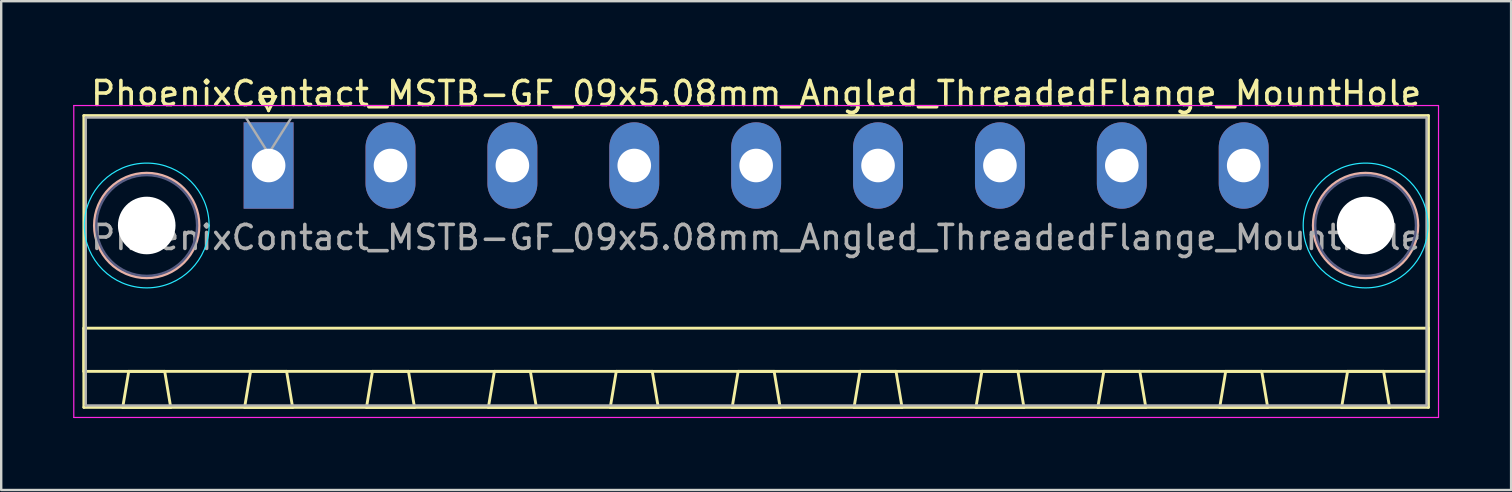
<source format=kicad_pcb>
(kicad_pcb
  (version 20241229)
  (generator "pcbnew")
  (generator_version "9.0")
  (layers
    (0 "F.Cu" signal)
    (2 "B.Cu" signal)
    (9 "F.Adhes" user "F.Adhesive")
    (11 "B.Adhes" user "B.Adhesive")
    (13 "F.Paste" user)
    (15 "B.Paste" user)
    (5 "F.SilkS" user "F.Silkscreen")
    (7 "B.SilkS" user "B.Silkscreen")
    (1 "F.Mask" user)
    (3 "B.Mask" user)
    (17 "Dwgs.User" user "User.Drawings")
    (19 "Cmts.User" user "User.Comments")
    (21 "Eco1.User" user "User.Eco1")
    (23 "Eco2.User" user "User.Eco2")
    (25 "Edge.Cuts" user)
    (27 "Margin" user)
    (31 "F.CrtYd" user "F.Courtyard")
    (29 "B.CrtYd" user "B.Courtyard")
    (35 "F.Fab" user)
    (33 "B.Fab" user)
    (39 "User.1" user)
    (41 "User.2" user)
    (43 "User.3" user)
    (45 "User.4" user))
  (footprint "PhoenixContact_MSTB-GF_09x5.08mm_Angled_ThreadedFlange_MountHole"
    (layer "F.Cu")
    (at 8.145 3.848)
    (property "Reference" "PhoenixContact_MSTB-GF_09x5.08mm_Angled_ThreadedFlange_MountHole" (at 20.32 -3 0) (layer "F.SilkS") (effects (font (size 1 1) (thickness 0.15))))
    (attr through_hole)
    (fp_line (start -7.7 -2.08) (end -7.7 10.08) (stroke (width 0.12) (type solid)) (layer "F.SilkS"))
    (fp_line (start -7.7 6.78) (end 48.34 6.78) (stroke (width 0.12) (type solid)) (layer "F.SilkS"))
    (fp_line (start -7.7 8.58) (end -7.7 6.78) (stroke (width 0.12) (type solid)) (layer "F.SilkS"))
    (fp_line (start -7.7 10.08) (end 48.34 10.08) (stroke (width 0.12) (type solid)) (layer "F.SilkS"))
    (fp_line (start -6.08 10.08) (end -4.08 10.08) (stroke (width 0.12) (type solid)) (layer "F.SilkS"))
    (fp_line (start -5.83 8.58) (end -6.08 10.08) (stroke (width 0.12) (type solid)) (layer "F.SilkS"))
    (fp_line (start -4.33 8.58) (end -5.83 8.58) (stroke (width 0.12) (type solid)) (layer "F.SilkS"))
    (fp_line (start -4.08 10.08) (end -4.33 8.58) (stroke (width 0.12) (type solid)) (layer "F.SilkS"))
    (fp_line (start -1 10.08) (end 1 10.08) (stroke (width 0.12) (type solid)) (layer "F.SilkS"))
    (fp_line (start -0.75 8.58) (end -1 10.08) (stroke (width 0.12) (type solid)) (layer "F.SilkS"))
    (fp_line (start -0.3 -2.88) (end 0.3 -2.88) (stroke (width 0.12) (type solid)) (layer "F.SilkS"))
    (fp_line (start 0 -2.28) (end -0.3 -2.88) (stroke (width 0.12) (type solid)) (layer "F.SilkS"))
    (fp_line (start 0.3 -2.88) (end 0 -2.28) (stroke (width 0.12) (type solid)) (layer "F.SilkS"))
    (fp_line (start 0.75 8.58) (end -0.75 8.58) (stroke (width 0.12) (type solid)) (layer "F.SilkS"))
    (fp_line (start 1 10.08) (end 0.75 8.58) (stroke (width 0.12) (type solid)) (layer "F.SilkS"))
    (fp_line (start 4.08 10.08) (end 6.08 10.08) (stroke (width 0.12) (type solid)) (layer "F.SilkS"))
    (fp_line (start 4.33 8.58) (end 4.08 10.08) (stroke (width 0.12) (type solid)) (layer "F.SilkS"))
    (fp_line (start 5.83 8.58) (end 4.33 8.58) (stroke (width 0.12) (type solid)) (layer "F.SilkS"))
    (fp_line (start 6.08 10.08) (end 5.83 8.58) (stroke (width 0.12) (type solid)) (layer "F.SilkS"))
    (fp_line (start 9.16 10.08) (end 11.16 10.08) (stroke (width 0.12) (type solid)) (layer "F.SilkS"))
    (fp_line (start 9.41 8.58) (end 9.16 10.08) (stroke (width 0.12) (type solid)) (layer "F.SilkS"))
    (fp_line (start 10.91 8.58) (end 9.41 8.58) (stroke (width 0.12) (type solid)) (layer "F.SilkS"))
    (fp_line (start 11.16 10.08) (end 10.91 8.58) (stroke (width 0.12) (type solid)) (layer "F.SilkS"))
    (fp_line (start 14.24 10.08) (end 16.24 10.08) (stroke (width 0.12) (type solid)) (layer "F.SilkS"))
    (fp_line (start 14.49 8.58) (end 14.24 10.08) (stroke (width 0.12) (type solid)) (layer "F.SilkS"))
    (fp_line (start 15.99 8.58) (end 14.49 8.58) (stroke (width 0.12) (type solid)) (layer "F.SilkS"))
    (fp_line (start 16.24 10.08) (end 15.99 8.58) (stroke (width 0.12) (type solid)) (layer "F.SilkS"))
    (fp_line (start 19.32 10.08) (end 21.32 10.08) (stroke (width 0.12) (type solid)) (layer "F.SilkS"))
    (fp_line (start 19.57 8.58) (end 19.32 10.08) (stroke (width 0.12) (type solid)) (layer "F.SilkS"))
    (fp_line (start 21.07 8.58) (end 19.57 8.58) (stroke (width 0.12) (type solid)) (layer "F.SilkS"))
    (fp_line (start 21.32 10.08) (end 21.07 8.58) (stroke (width 0.12) (type solid)) (layer "F.SilkS"))
    (fp_line (start 24.4 10.08) (end 26.4 10.08) (stroke (width 0.12) (type solid)) (layer "F.SilkS"))
    (fp_line (start 24.65 8.58) (end 24.4 10.08) (stroke (width 0.12) (type solid)) (layer "F.SilkS"))
    (fp_line (start 26.15 8.58) (end 24.65 8.58) (stroke (width 0.12) (type solid)) (layer "F.SilkS"))
    (fp_line (start 26.4 10.08) (end 26.15 8.58) (stroke (width 0.12) (type solid)) (layer "F.SilkS"))
    (fp_line (start 29.48 10.08) (end 31.48 10.08) (stroke (width 0.12) (type solid)) (layer "F.SilkS"))
    (fp_line (start 29.73 8.58) (end 29.48 10.08) (stroke (width 0.12) (type solid)) (layer "F.SilkS"))
    (fp_line (start 31.23 8.58) (end 29.73 8.58) (stroke (width 0.12) (type solid)) (layer "F.SilkS"))
    (fp_line (start 31.48 10.08) (end 31.23 8.58) (stroke (width 0.12) (type solid)) (layer "F.SilkS"))
    (fp_line (start 34.56 10.08) (end 36.56 10.08) (stroke (width 0.12) (type solid)) (layer "F.SilkS"))
    (fp_line (start 34.81 8.58) (end 34.56 10.08) (stroke (width 0.12) (type solid)) (layer "F.SilkS"))
    (fp_line (start 36.31 8.58) (end 34.81 8.58) (stroke (width 0.12) (type solid)) (layer "F.SilkS"))
    (fp_line (start 36.56 10.08) (end 36.31 8.58) (stroke (width 0.12) (type solid)) (layer "F.SilkS"))
    (fp_line (start 39.64 10.08) (end 41.64 10.08) (stroke (width 0.12) (type solid)) (layer "F.SilkS"))
    (fp_line (start 39.89 8.58) (end 39.64 10.08) (stroke (width 0.12) (type solid)) (layer "F.SilkS"))
    (fp_line (start 41.39 8.58) (end 39.89 8.58) (stroke (width 0.12) (type solid)) (layer "F.SilkS"))
    (fp_line (start 41.64 10.08) (end 41.39 8.58) (stroke (width 0.12) (type solid)) (layer "F.SilkS"))
    (fp_line (start 44.72 10.08) (end 46.72 10.08) (stroke (width 0.12) (type solid)) (layer "F.SilkS"))
    (fp_line (start 44.97 8.58) (end 44.72 10.08) (stroke (width 0.12) (type solid)) (layer "F.SilkS"))
    (fp_line (start 46.47 8.58) (end 44.97 8.58) (stroke (width 0.12) (type solid)) (layer "F.SilkS"))
    (fp_line (start 46.72 10.08) (end 46.47 8.58) (stroke (width 0.12) (type solid)) (layer "F.SilkS"))
    (fp_line (start 48.34 -2.08) (end -7.7 -2.08) (stroke (width 0.12) (type solid)) (layer "F.SilkS"))
    (fp_line (start 48.34 6.78) (end 48.34 8.58) (stroke (width 0.12) (type solid)) (layer "F.SilkS"))
    (fp_line (start 48.34 8.58) (end -7.7 8.58) (stroke (width 0.12) (type solid)) (layer "F.SilkS"))
    (fp_line (start 48.34 10.08) (end 48.34 -2.08) (stroke (width 0.12) (type solid)) (layer "F.SilkS"))
    (fp_circle (center -5.08 2.5) (end -2.9 2.5) (stroke (width 0.12) (type solid)) (fill no) (layer "B.SilkS"))
    (fp_circle (center 45.72 2.5) (end 47.9 2.5) (stroke (width 0.12) (type solid)) (fill no) (layer "B.SilkS"))
    (fp_circle (center -5.08 2.5) (end -2.48 2.5) (stroke (width 0.05) (type solid)) (fill no) (layer "B.CrtYd"))
    (fp_circle (center 45.72 2.5) (end 48.32 2.5) (stroke (width 0.05) (type solid)) (fill no) (layer "B.CrtYd"))
    (fp_line (start -8.12 -2.5) (end -8.12 10.5) (stroke (width 0.05) (type solid)) (layer "F.CrtYd"))
    (fp_line (start -8.12 10.5) (end 48.76 10.5) (stroke (width 0.05) (type solid)) (layer "F.CrtYd"))
    (fp_line (start 48.76 -2.5) (end -8.12 -2.5) (stroke (width 0.05) (type solid)) (layer "F.CrtYd"))
    (fp_line (start 48.76 10.5) (end 48.76 -2.5) (stroke (width 0.05) (type solid)) (layer "F.CrtYd"))
    (fp_circle (center -5.08 2.5) (end -2.98 2.5) (stroke (width 0.1) (type solid)) (fill no) (layer "B.Fab"))
    (fp_circle (center 45.72 2.5) (end 47.82 2.5) (stroke (width 0.1) (type solid)) (fill no) (layer "B.Fab"))
    (fp_line (start -7.62 -2) (end -7.62 10) (stroke (width 0.1) (type solid)) (layer "F.Fab"))
    (fp_line (start -7.62 10) (end 48.26 10) (stroke (width 0.1) (type solid)) (layer "F.Fab"))
    (fp_line (start 0 -0.5) (end -0.95 -2) (stroke (width 0.1) (type solid)) (layer "F.Fab"))
    (fp_line (start 0.95 -2) (end 0 -0.5) (stroke (width 0.1) (type solid)) (layer "F.Fab"))
    (fp_line (start 48.26 -2) (end -7.62 -2) (stroke (width 0.1) (type solid)) (layer "F.Fab"))
    (fp_line (start 48.26 10) (end 48.26 -2) (stroke (width 0.1) (type solid)) (layer "F.Fab"))
    (fp_text user "${REFERENCE}" (at 20.32 3 0) (layer "F.Fab") (effects (font (size 1 1) (thickness 0.15))))
    (pad "" np_thru_hole circle (at -5.08 2.5) (size 2.4 2.4) (drill 2.4) (layers "*.Cu" "*.Mask"))
    (pad "" np_thru_hole circle (at 45.72 2.5) (size 2.4 2.4) (drill 2.4) (layers "*.Cu" "*.Mask"))
    (pad "1" thru_hole rect (at 0 0) (size 2.08 3.6) (drill 1.4) (layers "*.Cu" "*.Mask"))
    (pad "2" thru_hole oval (at 5.08 0) (size 2.08 3.6) (drill 1.4) (layers "*.Cu" "*.Mask"))
    (pad "3" thru_hole oval (at 10.16 0) (size 2.08 3.6) (drill 1.4) (layers "*.Cu" "*.Mask"))
    (pad "4" thru_hole oval (at 15.24 0) (size 2.08 3.6) (drill 1.4) (layers "*.Cu" "*.Mask"))
    (pad "5" thru_hole oval (at 20.32 0) (size 2.08 3.6) (drill 1.4) (layers "*.Cu" "*.Mask"))
    (pad "6" thru_hole oval (at 25.4 0) (size 2.08 3.6) (drill 1.4) (layers "*.Cu" "*.Mask"))
    (pad "7" thru_hole oval (at 30.48 0) (size 2.08 3.6) (drill 1.4) (layers "*.Cu" "*.Mask"))
    (pad "8" thru_hole oval (at 35.56 0) (size 2.08 3.6) (drill 1.4) (layers "*.Cu" "*.Mask"))
    (pad "9" thru_hole oval (at 40.64 0) (size 2.08 3.6) (drill 1.4) (layers "*.Cu" "*.Mask")))
  (gr_rect
    (start -3 -3)
    (end 59.93 17.373)
    (stroke (width 0.1) (type default))
    (fill no)
    (layer "Edge.Cuts")))
</source>
